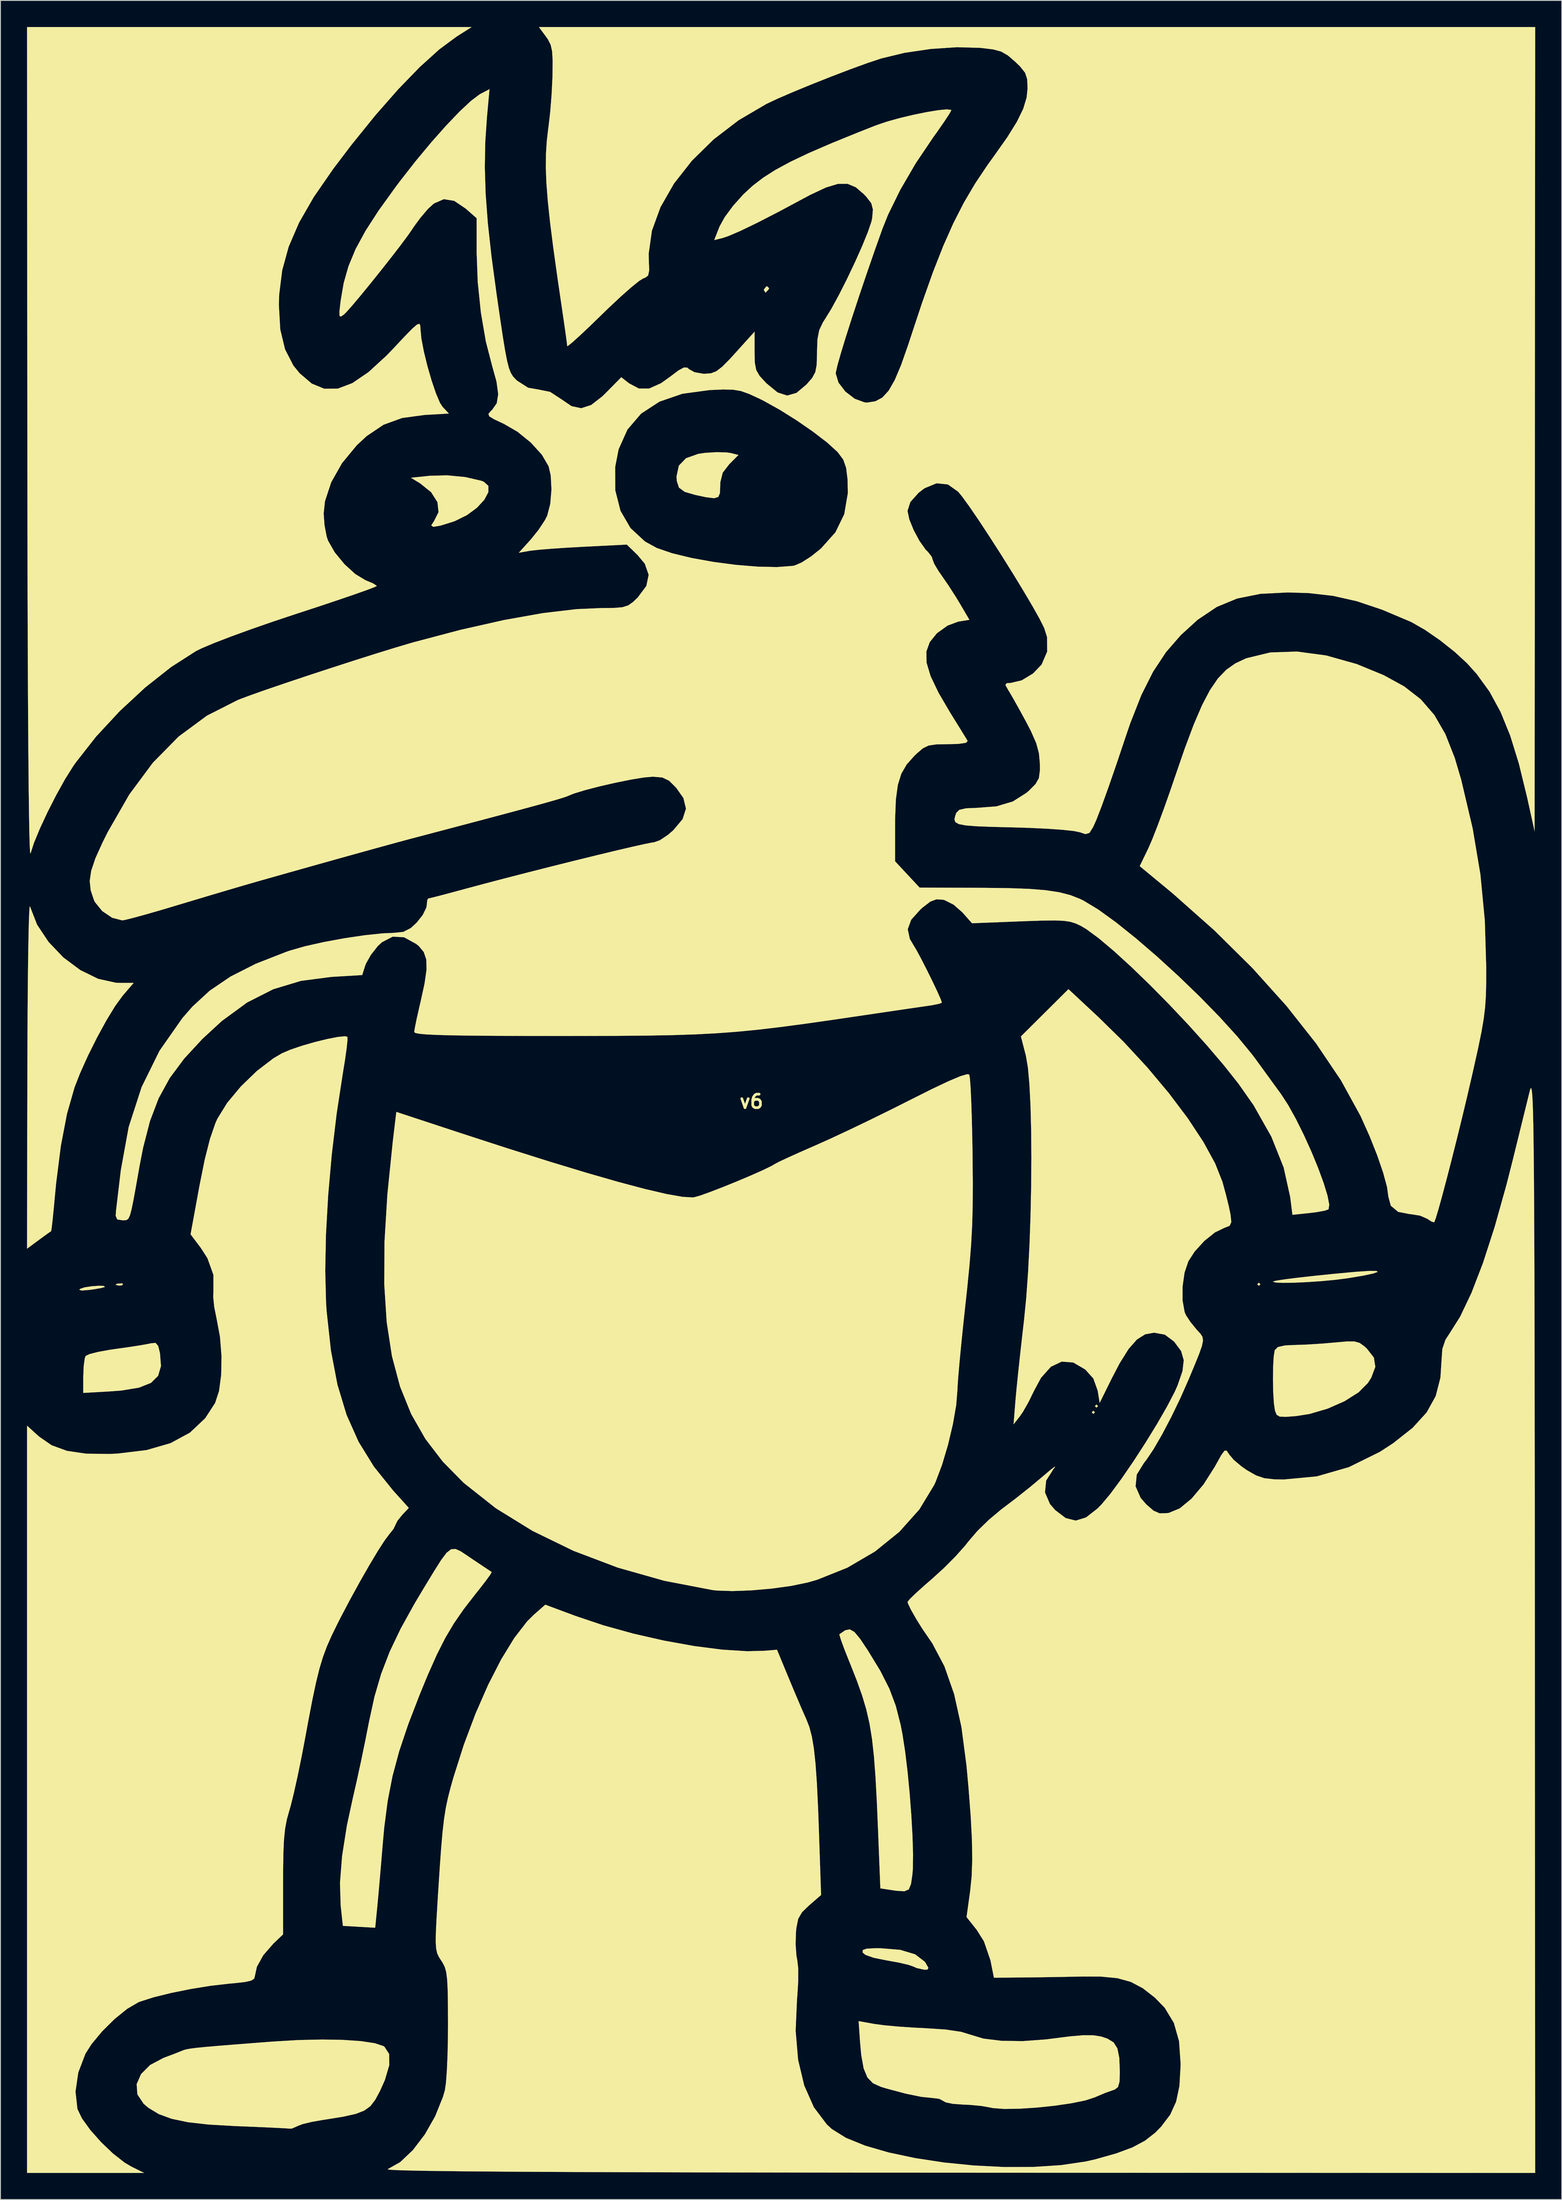
<source format=kicad_pcb>
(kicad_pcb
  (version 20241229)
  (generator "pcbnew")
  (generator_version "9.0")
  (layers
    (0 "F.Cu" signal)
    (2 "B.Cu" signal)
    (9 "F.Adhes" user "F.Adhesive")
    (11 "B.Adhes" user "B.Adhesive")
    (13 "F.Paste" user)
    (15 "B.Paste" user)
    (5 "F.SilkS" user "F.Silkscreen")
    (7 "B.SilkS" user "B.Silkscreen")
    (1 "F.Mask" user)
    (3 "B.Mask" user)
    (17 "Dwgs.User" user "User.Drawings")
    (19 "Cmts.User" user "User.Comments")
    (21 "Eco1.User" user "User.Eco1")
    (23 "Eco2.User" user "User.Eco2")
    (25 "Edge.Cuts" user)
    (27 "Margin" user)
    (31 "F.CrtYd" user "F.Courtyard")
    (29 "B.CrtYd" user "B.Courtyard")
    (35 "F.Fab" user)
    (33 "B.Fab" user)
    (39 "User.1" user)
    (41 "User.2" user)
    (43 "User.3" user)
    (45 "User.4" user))
  (footprint "v6"
    (layer "F.Cu")
    (at 81.849 121.361)
    (property "Reference" "v6" (at 0 0 0) (layer "F.SilkS") (effects (font (size 1.524 1.524) (thickness 0.3))))
    (attr through_hole)
    (fp_poly (pts (xy 38.806 35.101) (xy 38.629 35.278) (xy 38.453 35.101) (xy 38.629 34.925) (xy 38.806 35.101)) (stroke (width 0.01) (type solid)) (fill yes) (layer "F.SilkS"))
    (fp_poly (pts (xy 39.158 34.396) (xy 38.982 34.572) (xy 38.806 34.396) (xy 38.982 34.219) (xy 39.158 34.396)) (stroke (width 0.01) (type solid)) (fill yes) (layer "F.SilkS"))
    (fp_poly (pts (xy 57.503 20.637) (xy 57.326 20.814) (xy 57.15 20.637) (xy 57.326 20.461) (xy 57.503 20.637)) (stroke (width 0.01) (type solid)) (fill yes) (layer "F.SilkS"))
    (fp_poly (pts (xy -71.004 20.601) (xy -71.109 20.761) (xy -71.467 20.786) (xy -71.843 20.7) (xy -71.68 20.573) (xy -71.129 20.531) (xy -71.004 20.601)) (stroke (width 0.01) (type solid)) (fill yes) (layer "F.SilkS"))
    (fp_poly (pts (xy 1.995 -91.859) (xy 1.94 -91.722) (xy 1.623 -91.386) (xy 1.567 -91.369) (xy 1.415 -91.642) (xy 1.411 -91.722) (xy 1.682 -92.061) (xy 1.785 -92.075) (xy 1.995 -91.859)) (stroke (width 0.01) (type solid)) (fill yes) (layer "F.SilkS"))
    (fp_poly (pts (xy -73.188 20.821) (xy -73.045 20.933) (xy -73.054 20.942) (xy -73.463 21.06) (xy -74.322 21.209) (xy -74.771 21.27) (xy -75.681 21.343) (xy -75.942 21.251) (xy -75.829 21.148) (xy -75.335 20.986) (xy -74.571 20.866) (xy -73.776 20.805) (xy -73.188 20.821)) (stroke (width 0.01) (type solid)) (fill yes) (layer "F.SilkS"))
    (fp_poly (pts (xy 14.563 95.623) (xy 16.818 95.809) (xy 18.495 96.315) (xy 19.568 97.133) (xy 19.673 97.278) (xy 19.999 97.85) (xy 19.872 98.042) (xy 19.534 98.051) (xy 18.67 97.864) (xy 18.344 97.713) (xy 17.746 97.503) (xy 16.675 97.251) (xy 15.356 97.012) (xy 15.285 97.001) (xy 13.82 96.706) (xy 12.874 96.373) (xy 12.562 96.105) (xy 12.589 95.825) (xy 13.025 95.674) (xy 13.992 95.622) (xy 14.563 95.623)) (stroke (width 0.01) (type solid)) (fill yes) (layer "F.SilkS"))
    (fp_poly (pts (xy -2.833 -73.316) (xy -2.351 -73.248) (xy -1.465 -73.025) (xy -2.497 -71.994) (xy -3.244 -71.028) (xy -3.515 -69.947) (xy -3.528 -69.524) (xy -3.558 -68.728) (xy -3.742 -68.283) (xy -4.216 -68.142) (xy -5.121 -68.253) (xy -6.35 -68.514) (xy -7.543 -68.863) (xy -8.187 -69.338) (xy -8.436 -70.094) (xy -8.461 -70.605) (xy -8.202 -71.819) (xy -7.387 -72.661) (xy -5.984 -73.156) (xy -5.235 -73.264) (xy -3.955 -73.341) (xy -2.833 -73.316)) (stroke (width 0.01) (type solid)) (fill yes) (layer "F.SilkS"))
    (fp_poly (pts (xy -67.023 27.612) (xy -66.825 28.417) (xy -66.713 29.87) (xy -67.034 30.975) (xy -67.843 31.774) (xy -69.199 32.312) (xy -71.158 32.635) (xy -72.379 32.729) (xy -75.494 32.906) (xy -75.489 31.005) (xy -75.441 29.869) (xy -75.322 29.011) (xy -75.224 28.729) (xy -74.779 28.519) (xy -73.806 28.274) (xy -72.478 28.033) (xy -71.79 27.933) (xy -70.278 27.721) (xy -68.961 27.516) (xy -68.05 27.351) (xy -67.844 27.303) (xy -67.32 27.26) (xy -67.023 27.612)) (stroke (width 0.01) (type solid)) (fill yes) (layer "F.SilkS"))
    (fp_poly (pts (xy -32.33 -70.53) (xy -30.551 -70.12) (xy -30.251 -70.013) (xy -29.721 -69.538) (xy -29.726 -68.819) (xy -30.185 -67.959) (xy -31.018 -67.061) (xy -32.146 -66.23) (xy -33.489 -65.568) (xy -33.737 -65.479) (xy -35.143 -65.043) (xy -35.943 -64.908) (xy -36.174 -65.076) (xy -35.87 -65.547) (xy -35.862 -65.556) (xy -35.351 -66.573) (xy -35.474 -67.697) (xy -36.189 -68.821) (xy -37.445 -69.829) (xy -38.471 -70.453) (xy -36.358 -70.674) (xy -34.381 -70.727) (xy -32.33 -70.53)) (stroke (width 0.01) (type solid)) (fill yes) (layer "F.SilkS"))
    (fp_poly (pts (xy 70.633 19.137) (xy 70.748 19.242) (xy 70.24 19.421) (xy 69.134 19.66) (xy 67.452 19.942) (xy 67.318 19.962) (xy 65.928 20.138) (xy 64.367 20.283) (xy 62.775 20.392) (xy 61.294 20.458) (xy 60.065 20.476) (xy 59.23 20.44) (xy 58.928 20.343) (xy 58.943 20.317) (xy 59.348 20.217) (xy 60.334 20.07) (xy 61.781 19.888) (xy 63.568 19.688) (xy 65.574 19.482) (xy 67.678 19.284) (xy 68.439 19.217) (xy 69.871 19.124) (xy 70.633 19.137)) (stroke (width 0.01) (type solid)) (fill yes) (layer "F.SilkS"))
    (fp_poly (pts (xy 68.133 27.097) (xy 68.717 27.262) (xy 69.234 27.631) (xy 69.536 27.906) (xy 70.324 28.913) (xy 70.489 29.962) (xy 70.034 31.179) (xy 69.652 31.782) (xy 68.59 32.845) (xy 67.012 33.841) (xy 65.105 34.682) (xy 63.058 35.282) (xy 61.571 35.517) (xy 60.366 35.612) (xy 59.682 35.581) (xy 59.342 35.376) (xy 59.167 34.951) (xy 59.148 34.883) (xy 59.028 34.062) (xy 58.953 32.818) (xy 58.925 31.374) (xy 58.943 29.955) (xy 59.009 28.784) (xy 59.124 28.086) (xy 59.128 28.075) (xy 59.48 27.725) (xy 60.286 27.544) (xy 61.333 27.495) (xy 62.756 27.445) (xy 64.477 27.337) (xy 65.92 27.213) (xy 67.271 27.094) (xy 68.133 27.097)) (stroke (width 0.01) (type solid)) (fill yes) (layer "F.SilkS"))
    (fp_poly (pts (xy -80.715 -19.987) (xy -79.413 -18.026) (xy -77.74 -16.275) (xy -75.827 -14.849) (xy -73.804 -13.859) (xy -71.804 -13.418) (xy -71.432 -13.406) (xy -69.795 -13.406) (xy -71.057 -11.931) (xy -71.891 -10.785) (xy -72.882 -9.159) (xy -73.936 -7.231) (xy -74.959 -5.182) (xy -75.857 -3.189) (xy -76.482 -1.587) (xy -77.33 1.383) (xy -78.026 5.019) (xy -78.566 9.298) (xy -78.669 10.389) (xy -78.821 12.021) (xy -78.956 13.364) (xy -79.061 14.282) (xy -79.121 14.636) (xy -79.122 14.637) (xy -79.425 14.845) (xy -80.105 15.337) (xy -80.522 15.643) (xy -81.844 16.616) (xy -81.808 -3.245) (xy -81.797 -6.876) (xy -81.778 -10.257) (xy -81.753 -13.328) (xy -81.721 -16.032) (xy -81.684 -18.309) (xy -81.643 -20.101) (xy -81.598 -21.35) (xy -81.552 -21.997) (xy -81.515 -22.049) (xy -80.715 -19.987)) (stroke (width 0.01) (type solid)) (fill yes) (layer "F.SilkS"))
    (fp_poly (pts (xy 11.632 59.903) (xy 12.27 60.668) (xy 13.143 61.972) (xy 13.181 62.032) (xy 14.569 64.311) (xy 15.579 66.304) (xy 16.307 68.244) (xy 16.85 70.368) (xy 17.059 71.438) (xy 17.358 73.363) (xy 17.633 75.631) (xy 17.871 78.086) (xy 18.062 80.568) (xy 18.195 82.92) (xy 18.258 84.984) (xy 18.24 86.601) (xy 18.187 87.287) (xy 18.027 88.378) (xy 17.781 88.978) (xy 17.278 89.194) (xy 16.35 89.134) (xy 15.485 89.005) (xy 14.566 88.863) (xy 14.319 82.62) (xy 14.174 79.184) (xy 14.022 76.342) (xy 13.846 73.98) (xy 13.625 71.986) (xy 13.341 70.247) (xy 12.976 68.65) (xy 12.508 67.084) (xy 11.921 65.435) (xy 11.195 63.591) (xy 11.035 63.2) (xy 10.516 61.893) (xy 10.136 60.862) (xy 9.948 60.259) (xy 9.943 60.165) (xy 10.586 59.719) (xy 11.109 59.61) (xy 11.632 59.903)) (stroke (width 0.01) (type solid)) (fill yes) (layer "F.SilkS"))
    (fp_poly (pts (xy -32.848 50.795) (xy -32.083 51.302) (xy -31.632 51.609) (xy -30.568 52.322) (xy -29.759 52.862) (xy -29.358 53.126) (xy -29.343 53.136) (xy -29.496 53.42) (xy -30.004 54.121) (xy -30.771 55.112) (xy -31.166 55.605) (xy -32.491 57.311) (xy -33.601 58.913) (xy -34.587 60.573) (xy -35.538 62.452) (xy -36.545 64.711) (xy -37.448 66.895) (xy -38.777 70.337) (xy -39.796 73.371) (xy -40.555 76.196) (xy -41.103 79.013) (xy -41.491 82.021) (xy -41.639 83.639) (xy -41.81 85.696) (xy -41.983 87.72) (xy -42.14 89.502) (xy -42.264 90.832) (xy -42.282 91.017) (xy -42.51 93.31) (xy -44.336 93.204) (xy -46.161 93.098) (xy -46.41 90.778) (xy -46.487 88.25) (xy -46.246 85.201) (xy -45.699 81.735) (xy -45.035 78.669) (xy -44.615 76.842) (xy -44.129 74.603) (xy -43.638 72.237) (xy -43.203 70.027) (xy -43.203 70.026) (xy -42.588 67.209) (xy -41.834 64.635) (xy -40.872 62.134) (xy -39.631 59.534) (xy -38.042 56.667) (xy -36.959 54.857) (xy -35.857 53.045) (xy -35.048 51.764) (xy -34.438 50.956) (xy -33.931 50.564) (xy -33.433 50.529) (xy -32.848 50.795)) (stroke (width 0.01) (type solid)) (fill yes) (layer "F.SilkS"))
    (fp_poly (pts (xy -46.127 105.978) (xy -44.098 106.119) (xy -42.546 106.354) (xy -41.575 106.677) (xy -41.468 106.746) (xy -40.934 107.561) (xy -40.919 108.831) (xy -41.421 110.531) (xy -41.969 111.751) (xy -42.498 112.734) (xy -43.041 113.447) (xy -43.733 113.957) (xy -44.707 114.334) (xy -46.098 114.645) (xy -48.038 114.959) (xy -48.331 115.002) (xy -49.649 115.233) (xy -50.698 115.483) (xy -51.278 115.702) (xy -51.312 115.729) (xy -51.933 115.994) (xy -52.193 115.996) (xy -52.72 115.96) (xy -53.818 115.903) (xy -55.353 115.833) (xy -57.193 115.755) (xy -58.385 115.707) (xy -61.324 115.539) (xy -63.665 115.274) (xy -65.509 114.888) (xy -66.962 114.356) (xy -68.125 113.652) (xy -68.669 113.191) (xy -69.378 112.132) (xy -69.458 110.977) (xy -68.96 109.833) (xy -67.93 108.807) (xy -66.417 108.006) (xy -66.322 107.971) (xy -65.289 107.585) (xy -64.435 107.246) (xy -64.382 107.224) (xy -64.131 107.125) (xy -63.822 107.04) (xy -63.371 106.96) (xy -62.695 106.874) (xy -61.708 106.776) (xy -60.327 106.656) (xy -58.467 106.506) (xy -56.044 106.317) (xy -54.063 106.164) (xy -51.212 105.996) (xy -48.533 105.935) (xy -46.127 105.978)) (stroke (width 0.01) (type solid)) (fill yes) (layer "F.SilkS"))
    (fp_poly (pts (xy 13.906 104.18) (xy 15.028 104.33) (xy 16.611 104.475) (xy 18.409 104.596) (xy 19.579 104.652) (xy 21.948 104.809) (xy 23.699 105.068) (xy 24.682 105.37) (xy 26.211 105.833) (xy 28.26 106.083) (xy 30.674 106.115) (xy 33.297 105.92) (xy 33.968 105.835) (xy 36.017 105.575) (xy 37.525 105.449) (xy 38.643 105.457) (xy 39.524 105.599) (xy 40.233 105.84) (xy 40.922 106.263) (xy 41.346 106.935) (xy 41.561 108.008) (xy 41.623 109.602) (xy 41.586 110.703) (xy 41.418 111.298) (xy 41.042 111.588) (xy 40.834 111.658) (xy 39.976 111.963) (xy 38.929 112.405) (xy 38.806 112.462) (xy 37.72 112.814) (xy 36.134 113.137) (xy 34.237 113.414) (xy 32.215 113.624) (xy 30.257 113.751) (xy 28.55 113.775) (xy 27.283 113.679) (xy 26.988 113.617) (xy 26.025 113.443) (xy 24.721 113.318) (xy 23.922 113.283) (xy 22.791 113.203) (xy 21.97 113.04) (xy 21.696 112.889) (xy 21.219 112.634) (xy 20.445 112.536) (xy 19.181 112.408) (xy 17.412 112.044) (xy 15.287 111.478) (xy 14.64 111.284) (xy 13.737 110.877) (xy 13.101 110.219) (xy 12.675 109.19) (xy 12.404 107.667) (xy 12.27 106.169) (xy 12.113 103.858) (xy 13.906 104.18)) (stroke (width 0.01) (type solid)) (fill yes) (layer "F.SilkS"))
    (fp_poly (pts (xy 64.933 -50.382) (xy 68.388 -49.411) (xy 71.438 -48.156) (xy 73.746 -46.891) (xy 75.624 -45.431) (xy 77.15 -43.67) (xy 78.403 -41.5) (xy 79.462 -38.816) (xy 80.194 -36.336) (xy 81.484 -30.862) (xy 82.361 -25.655) (xy 82.86 -20.44) (xy 83.019 -15.169) (xy 83.015 -13.404) (xy 82.98 -11.945) (xy 82.892 -10.636) (xy 82.731 -9.323) (xy 82.478 -7.85) (xy 82.11 -6.059) (xy 81.607 -3.797) (xy 81.38 -2.795) (xy 80.855 -0.533) (xy 80.283 1.856) (xy 79.689 4.27) (xy 79.1 6.609) (xy 78.542 8.772) (xy 78.041 10.658) (xy 77.623 12.165) (xy 77.314 13.193) (xy 77.14 13.641) (xy 77.136 13.646) (xy 76.813 13.543) (xy 76.351 13.237) (xy 75.54 12.884) (xy 74.475 12.714) (xy 74.373 12.711) (xy 73.069 12.458) (xy 72.24 11.768) (xy 71.967 10.772) (xy 71.81 9.64) (xy 71.372 8.028) (xy 70.704 6.08) (xy 69.855 3.94) (xy 68.874 1.753) (xy 68.795 1.587) (xy 66.605 -2.399) (xy 63.805 -6.55) (xy 60.451 -10.799) (xy 56.601 -15.079) (xy 52.31 -19.325) (xy 47.635 -23.47) (xy 46.893 -24.088) (xy 43.868 -26.588) (xy 44.847 -28.61) (xy 45.29 -29.629) (xy 45.889 -31.158) (xy 46.585 -33.036) (xy 47.317 -35.102) (xy 47.818 -36.571) (xy 48.964 -39.894) (xy 49.982 -42.604) (xy 50.916 -44.774) (xy 51.808 -46.475) (xy 52.701 -47.779) (xy 53.64 -48.758) (xy 54.666 -49.484) (xy 55.824 -50.029) (xy 55.935 -50.072) (xy 58.621 -50.723) (xy 61.649 -50.823) (xy 64.933 -50.382)) (stroke (width 0.01) (type solid)) (fill yes) (layer "F.SilkS"))
    (fp_poly (pts (xy 24.608 -3.05) (xy 24.686 -2.597) (xy 24.763 -1.541) (xy 24.836 0.018) (xy 24.902 1.978) (xy 24.954 4.238) (xy 24.983 5.997) (xy 25.01 9.073) (xy 25 11.65) (xy 24.94 13.934) (xy 24.823 16.131) (xy 24.638 18.448) (xy 24.376 21.091) (xy 24.189 22.811) (xy 23.927 25.232) (xy 23.695 27.505) (xy 23.504 29.506) (xy 23.364 31.114) (xy 23.288 32.203) (xy 23.278 32.512) (xy 23.136 34.279) (xy 22.759 36.448) (xy 22.207 38.776) (xy 21.538 41.023) (xy 20.811 42.949) (xy 20.645 43.314) (xy 18.969 46.071) (xy 16.708 48.598) (xy 13.964 50.815) (xy 10.843 52.643) (xy 7.448 54.002) (xy 6.35 54.317) (xy 4.485 54.704) (xy 2.29 55.006) (xy 0.000048 55.207) (xy -2.151 55.286) (xy -3.93 55.227) (xy -4.41 55.171) (xy -9.84 54.127) (xy -15.102 52.638) (xy -20.096 50.747) (xy -24.724 48.496) (xy -28.886 45.929) (xy -32.482 43.088) (xy -32.559 43.018) (xy -34.886 40.651) (xy -36.845 38.091) (xy -38.446 35.287) (xy -39.7 32.187) (xy -40.618 28.742) (xy -41.209 24.9) (xy -41.485 20.611) (xy -41.456 15.823) (xy -41.132 10.487) (xy -40.525 4.554) (xy -40.121 1.17) (xy -32.849 3.563) (xy -27.563 5.28) (xy -22.819 6.775) (xy -18.634 8.043) (xy -15.022 9.081) (xy -12 9.882) (xy -9.585 10.444) (xy -7.793 10.761) (xy -6.639 10.829) (xy -6.488 10.813) (xy -5.798 10.619) (xy -4.641 10.205) (xy -3.185 9.642) (xy -1.598 8.998) (xy -0.048 8.343) (xy 1.297 7.745) (xy 2.27 7.273) (xy 2.646 7.051) (xy 3.088 6.816) (xy 4.045 6.366) (xy 5.383 5.762) (xy 6.968 5.066) (xy 7.232 4.951) (xy 8.945 4.183) (xy 11.09 3.181) (xy 13.473 2.036) (xy 15.9 0.843) (xy 17.906 -0.167) (xy 20.394 -1.414) (xy 22.292 -2.312) (xy 23.617 -2.868) (xy 24.387 -3.092) (xy 24.608 -3.05)) (stroke (width 0.01) (type solid)) (fill yes) (layer "F.SilkS"))
    (fp_poly (pts (xy -33.335 -120.263) (xy -35.269 -118.832) (xy -37.478 -116.834) (xy -39.908 -114.328) (xy -42.504 -111.371) (xy -45.213 -108.021) (xy -47.253 -105.33) (xy -49.447 -102.158) (xy -51.108 -99.271) (xy -52.282 -96.551) (xy -53.016 -93.883) (xy -53.356 -91.149) (xy -53.393 -89.958) (xy -53.233 -87.199) (xy -52.694 -84.952) (xy -51.747 -83.118) (xy -51.047 -82.256) (xy -49.676 -81.087) (xy -48.255 -80.503) (xy -46.742 -80.517) (xy -45.095 -81.139) (xy -43.269 -82.382) (xy -41.223 -84.256) (xy -40.393 -85.121) (xy -39.152 -86.443) (xy -38.311 -87.301) (xy -37.792 -87.75) (xy -37.518 -87.845) (xy -37.412 -87.643) (xy -37.394 -87.251) (xy -37.29 -86.159) (xy -37.01 -84.701) (xy -36.608 -83.062) (xy -36.135 -81.428) (xy -35.646 -79.984) (xy -35.19 -78.915) (xy -34.912 -78.479) (xy -34.184 -77.704) (xy -36.948 -77.544) (xy -39.465 -77.203) (xy -41.57 -76.439) (xy -43.475 -75.157) (xy -44.588 -74.122) (xy -46.251 -72.11) (xy -47.475 -69.95) (xy -48.184 -67.802) (xy -48.331 -66.423) (xy -48.234 -65.078) (xy -47.991 -63.817) (xy -47.836 -63.351) (xy -47.077 -62.023) (xy -45.984 -60.695) (xy -44.76 -59.577) (xy -43.606 -58.881) (xy -43.538 -58.855) (xy -42.75 -58.522) (xy -42.35 -58.259) (xy -42.337 -58.226) (xy -42.659 -58.07) (xy -43.567 -57.729) (xy -44.974 -57.234) (xy -46.792 -56.612) (xy -48.937 -55.896) (xy -51.321 -55.114) (xy -51.421 -55.082) (xy -54.046 -54.209) (xy -56.538 -53.343) (xy -58.784 -52.526) (xy -60.668 -51.801) (xy -62.078 -51.209) (xy -62.757 -50.878) (xy -65.574 -49.07) (xy -68.5 -46.758) (xy -71.375 -44.091) (xy -74.041 -41.219) (xy -76.339 -38.289) (xy -76.639 -37.859) (xy -77.552 -36.403) (xy -78.541 -34.625) (xy -79.516 -32.712) (xy -80.386 -30.846) (xy -81.063 -29.212) (xy -81.452 -28.007) (xy -81.498 -28.151) (xy -81.543 -28.982) (xy -81.584 -30.479) (xy -81.622 -32.623) (xy -81.658 -35.394) (xy -81.69 -38.773) (xy -81.719 -42.741) (xy -81.744 -47.277) (xy -81.765 -52.362) (xy -81.783 -57.977) (xy -81.797 -64.102) (xy -81.806 -70.717) (xy -81.809 -73.995) (xy -81.844 -121.356) (xy -31.612 -121.356) (xy -33.335 -120.263)) (stroke (width 0.01) (type solid)) (fill yes) (layer "F.SilkS"))
    (fp_poly (pts (xy -45.65 -7.315) (xy -45.641 -6.922) (xy -45.74 -5.979) (xy -45.93 -4.63) (xy -46.174 -3.133) (xy -46.863 1.362) (xy -47.416 5.987) (xy -47.823 10.59) (xy -48.072 15.017) (xy -48.154 19.116) (xy -48.059 22.734) (xy -47.995 23.689) (xy -47.511 28.116) (xy -46.774 31.978) (xy -45.744 35.383) (xy -44.38 38.437) (xy -42.642 41.249) (xy -40.49 43.925) (xy -40.4 44.025) (xy -38.712 45.892) (xy -39.464 46.693) (xy -39.995 47.348) (xy -40.217 47.8) (xy -40.217 47.801) (xy -40.435 48.262) (xy -40.893 48.837) (xy -41.435 49.557) (xy -42.225 50.783) (xy -43.19 52.394) (xy -44.259 54.265) (xy -45.362 56.274) (xy -46.427 58.298) (xy -46.786 59.006) (xy -47.431 60.324) (xy -47.96 61.521) (xy -48.407 62.719) (xy -48.807 64.042) (xy -49.194 65.611) (xy -49.605 67.551) (xy -50.072 69.983) (xy -50.426 71.905) (xy -50.839 74.073) (xy -51.271 76.174) (xy -51.684 78.034) (xy -52.04 79.482) (xy -52.222 80.114) (xy -52.494 81.086) (xy -52.687 82.115) (xy -52.813 83.347) (xy -52.885 84.927) (xy -52.914 87) (xy -52.917 88.174) (xy -52.917 94.06) (xy -54.006 95.096) (xy -55.147 96.406) (xy -55.876 97.72) (xy -56.092 98.71) (xy -56.174 99.05) (xy -56.512 99.28) (xy -57.242 99.443) (xy -58.5 99.581) (xy -58.998 99.624) (xy -61.08 99.862) (xy -63.338 100.227) (xy -65.562 100.675) (xy -67.54 101.164) (xy -69.062 101.649) (xy -69.27 101.732) (xy -70.529 102.469) (xy -71.958 103.626) (xy -73.366 105.02) (xy -74.563 106.464) (xy -75.246 107.541) (xy -76.055 109.661) (xy -76.369 111.818) (xy -76.152 113.781) (xy -76.151 113.785) (xy -75.639 114.849) (xy -74.699 116.149) (xy -73.483 117.521) (xy -72.143 118.802) (xy -70.833 119.829) (xy -70.075 120.279) (xy -68.615 121.002) (xy -81.844 121.003) (xy -81.844 36.607) (xy -80.468 37.85) (xy -79.068 38.818) (xy -77.332 39.451) (xy -75.162 39.771) (xy -72.462 39.799) (xy -71.614 39.758) (xy -68.344 39.364) (xy -65.635 38.583) (xy -63.44 37.393) (xy -61.716 35.769) (xy -60.593 34.043) (xy -60.149 32.689) (xy -59.908 30.86) (xy -59.871 28.755) (xy -60.042 26.575) (xy -60.426 24.523) (xy -60.427 24.518) (xy -60.691 23.216) (xy -60.81 22.046) (xy -60.783 21.436) (xy -60.782 19.588) (xy -61.461 17.693) (xy -62.208 16.532) (xy -63.367 14.993) (xy -62.365 9.525) (xy -61.766 6.547) (xy -61.173 4.213) (xy -60.572 2.463) (xy -60.338 1.94) (xy -59.236 0.156) (xy -57.684 -1.708) (xy -55.88 -3.452) (xy -54.021 -4.875) (xy -53.049 -5.448) (xy -52.066 -5.868) (xy -50.769 -6.306) (xy -49.333 -6.719) (xy -47.928 -7.064) (xy -46.729 -7.297) (xy -45.907 -7.374) (xy -45.65 -7.315)) (stroke (width 0.01) (type solid)) (fill yes) (layer "F.SilkS"))
    (fp_poly (pts (xy 39.219 -9.525) (xy 42.066 -6.732) (xy 44.739 -3.841) (xy 47.172 -0.938) (xy 49.301 1.89) (xy 51.061 4.557) (xy 52.387 6.977) (xy 53.215 9.063) (xy 53.229 9.113) (xy 53.616 10.533) (xy 53.946 11.881) (xy 54.126 12.748) (xy 54.218 13.612) (xy 54.026 14.035) (xy 53.461 14.252) (xy 52.37 14.778) (xy 51.171 15.739) (xy 50.074 16.943) (xy 49.368 18.032) (xy 48.935 19.317) (xy 48.711 20.891) (xy 48.709 22.471) (xy 48.944 23.772) (xy 49.079 24.1) (xy 49.598 24.895) (xy 50.314 25.771) (xy 50.357 25.817) (xy 50.729 26.22) (xy 50.957 26.572) (xy 51.02 26.995) (xy 50.896 27.612) (xy 50.567 28.545) (xy 50.009 29.916) (xy 49.417 31.335) (xy 48.467 33.489) (xy 47.432 35.63) (xy 46.39 37.611) (xy 45.42 39.282) (xy 44.602 40.497) (xy 44.369 40.784) (xy 43.533 42.13) (xy 43.402 43.459) (xy 43.976 44.767) (xy 44.606 45.489) (xy 45.435 46.21) (xy 46.116 46.505) (xy 46.951 46.486) (xy 47.164 46.454) (xy 48.392 45.948) (xy 49.726 44.849) (xy 51.08 43.243) (xy 52.371 41.216) (xy 52.512 40.958) (xy 53.084 39.931) (xy 53.438 39.447) (xy 53.683 39.422) (xy 53.926 39.772) (xy 53.959 39.835) (xy 54.492 40.468) (xy 55.395 41.227) (xy 56.009 41.651) (xy 57.016 42.224) (xy 57.942 42.538) (xy 59.077 42.667) (xy 60.144 42.686) (xy 63.867 42.336) (xy 67.496 41.293) (xy 71.006 39.562) (xy 72.496 38.593) (xy 74.707 36.849) (xy 76.29 35.11) (xy 77.314 33.26) (xy 77.846 31.185) (xy 77.964 29.339) (xy 78.062 27.932) (xy 78.412 26.902) (xy 78.795 26.315) (xy 80.061 24.315) (xy 81.348 21.618) (xy 82.652 18.233) (xy 83.969 14.167) (xy 85.298 9.429) (xy 86.036 6.526) (xy 86.551 4.436) (xy 87.05 2.409) (xy 87.491 0.621) (xy 87.83 -0.749) (xy 87.951 -1.235) (xy 88.017 -1.451) (xy 88.077 -1.524) (xy 88.132 -1.428) (xy 88.182 -1.131) (xy 88.228 -0.606) (xy 88.268 0.176) (xy 88.305 1.244) (xy 88.337 2.627) (xy 88.365 4.354) (xy 88.39 6.452) (xy 88.412 8.952) (xy 88.431 11.882) (xy 88.448 15.27) (xy 88.461 19.146) (xy 88.473 23.538) (xy 88.483 28.476) (xy 88.491 33.987) (xy 88.498 40.1) (xy 88.504 46.846) (xy 88.509 54.251) (xy 88.512 58.826) (xy 88.547 121.003) (xy 23.195 120.975) (xy 14.398 120.97) (xy 6.295 120.962) (xy -1.125 120.951) (xy -7.874 120.937) (xy -13.964 120.921) (xy -19.405 120.902) (xy -24.21 120.879) (xy -28.389 120.853) (xy -31.954 120.824) (xy -34.918 120.792) (xy -37.29 120.757) (xy -39.083 120.718) (xy -40.308 120.676) (xy -40.976 120.63) (xy -41.099 120.58) (xy -41.099 120.58) (xy -39.68 119.778) (xy -38.245 118.42) (xy -36.894 116.646) (xy -35.729 114.596) (xy -34.85 112.409) (xy -34.633 111.654) (xy -34.513 110.83) (xy -34.411 109.453) (xy -34.333 107.675) (xy -34.289 105.647) (xy -34.281 104.185) (xy -34.29 101.958) (xy -34.318 100.319) (xy -34.378 99.15) (xy -34.483 98.333) (xy -34.645 97.749) (xy -34.877 97.283) (xy -35.051 97.016) (xy -35.315 96.607) (xy -35.503 96.199) (xy -35.619 95.681) (xy -35.667 94.943) (xy -35.653 93.874) (xy -35.581 92.365) (xy -35.457 90.306) (xy -35.395 89.316) (xy -35.212 86.495) (xy -35.05 84.256) (xy -34.895 82.478) (xy -34.729 81.038) (xy -34.536 79.814) (xy -34.3 78.684) (xy -34.005 77.525) (xy -33.667 76.331) (xy -32.494 72.644) (xy -31.175 69.134) (xy -29.756 65.894) (xy -28.283 63.019) (xy -26.803 60.6) (xy -25.362 58.733) (xy -24.584 57.958) (xy -23.291 56.825) (xy -19.847 58.106) (xy -16.708 59.16) (xy -13.332 60.095) (xy -9.871 60.882) (xy -6.477 61.494) (xy -3.302 61.903) (xy -0.497 62.08) (xy 1.434 62.032) (xy 2.889 61.913) (xy 4.277 65.264) (xy 4.927 66.818) (xy 5.537 68.252) (xy 6.019 69.358) (xy 6.204 69.768) (xy 6.546 70.643) (xy 6.826 71.715) (xy 7.054 73.071) (xy 7.24 74.802) (xy 7.394 76.995) (xy 7.527 79.739) (xy 7.618 82.191) (xy 7.868 89.615) (xy 6.526 90.775) (xy 5.714 91.562) (xy 5.281 92.311) (xy 5.077 93.336) (xy 5.027 93.857) (xy 4.993 95.199) (xy 5.083 96.455) (xy 5.175 96.952) (xy 5.285 97.896) (xy 5.288 99.318) (xy 5.185 101.001) (xy 5.15 101.361) (xy 4.994 104.944) (xy 5.272 108.223) (xy 5.964 111.127) (xy 7.053 113.585) (xy 8.517 115.526) (xy 9.094 116.053) (xy 10.679 117.039) (xy 12.85 117.922) (xy 15.495 118.689) (xy 18.5 119.327) (xy 21.752 119.822) (xy 25.138 120.162) (xy 28.545 120.335) (xy 31.86 120.326) (xy 34.97 120.123) (xy 37.761 119.713) (xy 38.842 119.468) (xy 41.214 118.799) (xy 43.033 118.125) (xy 44.45 117.371) (xy 45.615 116.464) (xy 46.284 115.783) (xy 47.312 114.428) (xy 47.985 112.954) (xy 48.358 111.181) (xy 48.488 108.926) (xy 48.49 108.656) (xy 48.314 106.123) (xy 47.733 104.067) (xy 46.695 102.351) (xy 45.59 101.212) (xy 44.221 100.144) (xy 42.862 99.426) (xy 41.331 99.004) (xy 39.443 98.823) (xy 37.469 98.817) (xy 35.449 98.858) (xy 33.26 98.894) (xy 31.261 98.921) (xy 30.544 98.928) (xy 27.398 98.954) (xy 27.004 96.983) (xy 26.27 94.846) (xy 25.457 93.558) (xy 24.304 92.103) (xy 24.711 89.178) (xy 24.88 87.528) (xy 24.948 85.634) (xy 24.915 83.399) (xy 24.776 80.727) (xy 24.529 77.521) (xy 24.296 74.965) (xy 23.726 70.631) (xy 22.9 66.917) (xy 21.804 63.779) (xy 20.426 61.176) (xy 19.962 60.501) (xy 19.292 59.521) (xy 18.616 58.434) (xy 18.046 57.434) (xy 17.696 56.715) (xy 17.639 56.51) (xy 17.891 56.192) (xy 18.571 55.53) (xy 19.566 54.633) (xy 20.373 53.935) (xy 21.744 52.69) (xy 23.084 51.343) (xy 24.177 50.115) (xy 24.518 49.677) (xy 25.51 48.518) (xy 26.833 47.23) (xy 28.225 46.064) (xy 28.426 45.914) (xy 29.925 44.775) (xy 31.532 43.496) (xy 32.917 42.339) (xy 33.012 42.257) (xy 33.841 41.555) (xy 34.285 41.228) (xy 34.286 41.313) (xy 34.131 41.491) (xy 33.298 42.807) (xy 33.166 44.145) (xy 33.732 45.462) (xy 34.324 46.145) (xy 35.512 47.047) (xy 36.641 47.327) (xy 37.801 46.972) (xy 39.086 45.972) (xy 39.566 45.485) (xy 40.569 44.286) (xy 41.799 42.62) (xy 43.155 40.642) (xy 44.537 38.51) (xy 45.845 36.38) (xy 46.978 34.41) (xy 47.837 32.756) (xy 48.14 32.075) (xy 48.703 30.447) (xy 48.845 29.21) (xy 48.548 28.179) (xy 47.798 27.169) (xy 47.71 27.076) (xy 46.709 26.325) (xy 45.5 26.106) (xy 45.479 26.106) (xy 44.486 26.286) (xy 43.552 26.874) (xy 42.613 27.942) (xy 41.601 29.562) (xy 40.719 31.252) (xy 39.345 34.033) (xy 39.118 32.639) (xy 38.627 31.273) (xy 37.715 30.263) (xy 36.362 29.47) (xy 35.058 29.37) (xy 33.834 29.952) (xy 32.718 31.202) (xy 31.914 32.695) (xy 31.314 33.926) (xy 30.685 35.03) (xy 30.343 35.53) (xy 29.618 36.451) (xy 29.825 33.836) (xy 29.936 32.614) (xy 30.113 30.866) (xy 30.338 28.767) (xy 30.591 26.494) (xy 30.799 24.694) (xy 31.05 22.164) (xy 31.256 19.282) (xy 31.418 16.152) (xy 31.535 12.881) (xy 31.605 9.572) (xy 31.629 6.333) (xy 31.605 3.268) (xy 31.532 0.482) (xy 31.411 -1.919) (xy 31.239 -3.831) (xy 31.017 -5.147) (xy 31.01 -5.177) (xy 30.446 -7.355) (xy 35.818 -12.696) (xy 39.219 -9.525)) (stroke (width 0.01) (type solid)) (fill yes) (layer "F.SilkS"))
    (fp_poly (pts (xy 88.517 -75.935) (xy 88.487 -30.515) (xy 87.63 -34.396) (xy 86.708 -38.167) (xy 85.726 -41.337) (xy 84.638 -44.009) (xy 83.396 -46.288) (xy 81.954 -48.277) (xy 80.853 -49.5) (xy 79.453 -50.791) (xy 77.785 -52.109) (xy 76.089 -53.281) (xy 74.602 -54.13) (xy 74.436 -54.208) (xy 71.247 -55.554) (xy 68.405 -56.507) (xy 65.707 -57.116) (xy 62.948 -57.429) (xy 60.607 -57.5) (xy 57.508 -57.342) (xy 54.884 -56.817) (xy 52.572 -55.862) (xy 50.411 -54.41) (xy 48.516 -52.684) (xy 46.844 -50.762) (xy 45.38 -48.548) (xy 44.059 -45.92) (xy 42.811 -42.754) (xy 42.365 -41.451) (xy 41.282 -38.224) (xy 40.348 -35.522) (xy 39.577 -33.384) (xy 38.984 -31.848) (xy 38.606 -31) (xy 38.185 -30.335) (xy 37.727 -30.205) (xy 37.126 -30.408) (xy 36.448 -30.552) (xy 35.184 -30.689) (xy 33.453 -30.811) (xy 31.373 -30.91) (xy 29.545 -30.965) (xy 27.17 -31.025) (xy 25.417 -31.093) (xy 24.201 -31.189) (xy 23.438 -31.335) (xy 23.044 -31.553) (xy 22.936 -31.864) (xy 23.03 -32.29) (xy 23.145 -32.603) (xy 23.486 -32.948) (xy 24.266 -33.122) (xy 25.35 -33.163) (xy 27.676 -33.338) (xy 29.533 -33.89) (xy 31.08 -34.871) (xy 31.342 -35.101) (xy 32.101 -35.862) (xy 32.477 -36.529) (xy 32.593 -37.407) (xy 32.588 -38.182) (xy 32.483 -39.341) (xy 32.176 -40.477) (xy 31.589 -41.817) (xy 31.036 -42.882) (xy 30.295 -44.241) (xy 29.622 -45.443) (xy 29.127 -46.292) (xy 29.011 -46.478) (xy 28.691 -47.052) (xy 28.848 -47.251) (xy 29.258 -47.272) (xy 30.528 -47.567) (xy 31.814 -48.343) (xy 32.781 -49.35) (xy 33.417 -50.822) (xy 33.401 -52.466) (xy 33.071 -53.494) (xy 32.558 -54.517) (xy 31.74 -55.974) (xy 30.693 -57.746) (xy 29.491 -59.715) (xy 28.211 -61.761) (xy 26.926 -63.764) (xy 25.714 -65.607) (xy 24.647 -67.169) (xy 23.803 -68.332) (xy 23.352 -68.88) (xy 22.195 -69.698) (xy 20.921 -69.829) (xy 19.564 -69.273) (xy 18.886 -68.755) (xy 17.955 -67.715) (xy 17.64 -66.736) (xy 17.639 -66.683) (xy 17.834 -65.754) (xy 18.329 -64.541) (xy 18.987 -63.315) (xy 19.674 -62.348) (xy 19.943 -62.08) (xy 20.383 -61.517) (xy 20.461 -61.233) (xy 20.656 -60.722) (xy 21.152 -59.895) (xy 21.481 -59.424) (xy 22.265 -58.287) (xy 23.134 -56.932) (xy 23.564 -56.221) (xy 24.628 -54.409) (xy 23.368 -54.205) (xy 22.172 -53.762) (xy 20.998 -52.923) (xy 20.932 -52.86) (xy 20.147 -51.89) (xy 19.761 -50.821) (xy 19.787 -49.568) (xy 20.241 -48.047) (xy 21.138 -46.174) (xy 22.492 -43.863) (xy 22.533 -43.798) (xy 23.305 -42.555) (xy 23.944 -41.523) (xy 24.35 -40.862) (xy 24.43 -40.73) (xy 24.236 -40.516) (xy 23.363 -40.392) (xy 22.202 -40.362) (xy 20.885 -40.339) (xy 20.024 -40.213) (xy 19.371 -39.897) (xy 18.677 -39.304) (xy 18.394 -39.03) (xy 17.538 -38.066) (xy 16.932 -37.021) (xy 16.539 -35.753) (xy 16.319 -34.119) (xy 16.233 -31.977) (xy 16.228 -31.078) (xy 16.228 -27.137) (xy 19.001 -24.165) (xy 25.993 -24.14) (xy 28.977 -24.107) (xy 31.367 -24.021) (xy 33.27 -23.868) (xy 34.795 -23.635) (xy 36.053 -23.309) (xy 37.152 -22.875) (xy 37.519 -22.695) (xy 39.164 -21.703) (xy 41.161 -20.262) (xy 43.409 -18.463) (xy 45.808 -16.399) (xy 48.257 -14.162) (xy 50.657 -11.846) (xy 52.907 -9.541) (xy 54.906 -7.34) (xy 56.555 -5.337) (xy 56.985 -4.763) (xy 57.97 -3.409) (xy 58.891 -2.143) (xy 59.607 -1.16) (xy 59.841 -0.839) (xy 60.661 0.424) (xy 61.539 2.008) (xy 62.425 3.796) (xy 63.272 5.668) (xy 64.029 7.508) (xy 64.65 9.197) (xy 65.084 10.617) (xy 65.284 11.649) (xy 65.202 12.174) (xy 64.756 12.328) (xy 63.839 12.493) (xy 63.054 12.59) (xy 61.123 12.789) (xy 60.871 10.775) (xy 60.133 7.446) (xy 58.746 3.974) (xy 56.735 0.418) (xy 55.027 -2.017) (xy 53.374 -4.101) (xy 51.465 -6.34) (xy 49.382 -8.653) (xy 47.207 -10.958) (xy 45.022 -13.173) (xy 42.91 -15.214) (xy 40.952 -17.001) (xy 39.23 -18.451) (xy 37.827 -19.481) (xy 37.22 -19.84) (xy 36.629 -20.116) (xy 36.027 -20.304) (xy 35.281 -20.413) (xy 34.258 -20.454) (xy 32.824 -20.436) (xy 30.846 -20.37) (xy 30.365 -20.351) (xy 24.92 -20.138) (xy 23.837 -21.362) (xy 22.846 -22.232) (xy 21.816 -22.754) (xy 21.648 -22.794) (xy 20.899 -22.84) (xy 20.213 -22.585) (xy 19.356 -21.927) (xy 19.091 -21.691) (xy 18.05 -20.533) (xy 17.659 -19.464) (xy 17.896 -18.366) (xy 18.295 -17.693) (xy 18.663 -17.079) (xy 19.202 -16.073) (xy 19.829 -14.846) (xy 20.459 -13.571) (xy 21.007 -12.417) (xy 21.388 -11.557) (xy 21.519 -11.17) (xy 21.207 -11.042) (xy 20.421 -10.883) (xy 20.02 -10.822) (xy 19.168 -10.699) (xy 17.772 -10.496) (xy 15.985 -10.233) (xy 13.96 -9.934) (xy 12.524 -9.721) (xy 8.983 -9.2) (xy 5.91 -8.763) (xy 3.192 -8.404) (xy 0.721 -8.114) (xy -1.614 -7.886) (xy -3.924 -7.714) (xy -6.319 -7.588) (xy -8.909 -7.502) (xy -11.804 -7.449) (xy -15.116 -7.421) (xy -18.953 -7.41) (xy -21.67 -7.408) (xy -25.659 -7.412) (xy -28.992 -7.424) (xy -31.719 -7.446) (xy -33.888 -7.479) (xy -35.548 -7.525) (xy -36.75 -7.584) (xy -37.543 -7.658) (xy -37.975 -7.748) (xy -38.098 -7.849) (xy -38.018 -8.378) (xy -37.809 -9.401) (xy -37.509 -10.731) (xy -37.392 -11.223) (xy -36.929 -13.332) (xy -36.707 -14.897) (xy -36.735 -16.041) (xy -37.021 -16.886) (xy -37.576 -17.556) (xy -37.869 -17.797) (xy -39.253 -18.557) (xy -40.533 -18.624) (xy -41.747 -17.995) (xy -42.221 -17.551) (xy -42.988 -16.578) (xy -43.553 -15.578) (xy -43.641 -15.346) (xy -43.977 -14.287) (xy -47.477 -14.077) (xy -50.899 -13.629) (xy -54.027 -12.685) (xy -56.969 -11.193) (xy -59.837 -9.098) (xy -62.033 -7.073) (xy -64.097 -4.839) (xy -65.719 -2.658) (xy -66.977 -0.363) (xy -67.955 2.208) (xy -68.733 5.221) (xy -69.13 7.263) (xy -69.519 9.465) (xy -69.81 11.068) (xy -70.033 12.166) (xy -70.218 12.855) (xy -70.396 13.229) (xy -70.596 13.382) (xy -70.849 13.41) (xy -71.091 13.406) (xy -71.652 13.316) (xy -71.828 12.909) (xy -71.783 12.259) (xy -71.68 11.399) (xy -71.522 10.068) (xy -71.335 8.494) (xy -71.249 7.761) (xy -70.36 2.875) (xy -68.899 -1.633) (xy -66.875 -5.739) (xy -64.297 -9.422) (xy -63.162 -10.719) (xy -61.205 -12.524) (xy -58.854 -14.118) (xy -56.007 -15.56) (xy -52.566 -16.907) (xy -52.172 -17.043) (xy -50.469 -17.533) (xy -48.326 -18.014) (xy -45.98 -18.446) (xy -43.668 -18.788) (xy -41.625 -19) (xy -40.452 -19.05) (xy -39.344 -19.158) (xy -38.495 -19.589) (xy -37.816 -20.213) (xy -37.128 -21.087) (xy -36.729 -21.908) (xy -36.689 -22.154) (xy -36.623 -22.765) (xy -36.518 -22.931) (xy -36.131 -23.018) (xy -35.203 -23.255) (xy -33.878 -23.606) (xy -32.373 -24.012) (xy -30.151 -24.608) (xy -27.695 -25.251) (xy -25.103 -25.918) (xy -22.47 -26.585) (xy -19.892 -27.228) (xy -17.467 -27.823) (xy -15.289 -28.348) (xy -13.455 -28.777) (xy -12.062 -29.088) (xy -11.205 -29.257) (xy -11.003 -29.281) (xy -10.343 -29.514) (xy -9.443 -30.113) (xy -8.834 -30.637) (xy -7.776 -31.897) (xy -7.396 -33.08) (xy -7.686 -34.28) (xy -8.503 -35.442) (xy -9.306 -36.239) (xy -10.069 -36.601) (xy -11.132 -36.689) (xy -11.173 -36.689) (xy -12.177 -36.598) (xy -13.64 -36.357) (xy -15.36 -36.009) (xy -17.135 -35.602) (xy -18.763 -35.181) (xy -20.042 -34.791) (xy -20.637 -34.553) (xy -20.915 -34.44) (xy -21.41 -34.276) (xy -22.176 -34.046) (xy -23.266 -33.737) (xy -24.732 -33.333) (xy -26.627 -32.821) (xy -29.005 -32.186) (xy -31.918 -31.414) (xy -35.42 -30.489) (xy -38.629 -29.644) (xy -39.935 -29.293) (xy -41.8 -28.782) (xy -44.103 -28.145) (xy -46.725 -27.415) (xy -49.547 -26.625) (xy -52.447 -25.809) (xy -55.307 -25) (xy -55.915 -24.827) (xy -57.388 -24.402) (xy -59.327 -23.832) (xy -61.525 -23.18) (xy -63.775 -22.505) (xy -64.809 -22.193) (xy -66.739 -21.618) (xy -68.459 -21.124) (xy -69.845 -20.745) (xy -70.772 -20.515) (xy -71.089 -20.461) (xy -72.228 -20.757) (xy -73.349 -21.513) (xy -74.174 -22.53) (xy -74.288 -22.766) (xy -74.65 -23.851) (xy -74.762 -24.906) (xy -74.594 -26.069) (xy -74.12 -27.477) (xy -73.31 -29.269) (xy -72.73 -30.43) (xy -70.293 -34.675) (xy -67.627 -38.268) (xy -64.71 -41.229) (xy -61.521 -43.582) (xy -58.038 -45.348) (xy -57.856 -45.422) (xy -56.595 -45.894) (xy -54.796 -46.528) (xy -52.593 -47.28) (xy -50.122 -48.106) (xy -47.518 -48.961) (xy -44.918 -49.801) (xy -42.456 -50.581) (xy -40.269 -51.257) (xy -38.491 -51.784) (xy -38.208 -51.865) (xy -32.846 -53.283) (xy -27.954 -54.385) (xy -23.571 -55.166) (xy -19.735 -55.617) (xy -16.986 -55.737) (xy -15.531 -55.751) (xy -14.58 -55.83) (xy -13.932 -56.032) (xy -13.386 -56.415) (xy -12.841 -56.938) (xy -11.874 -58.231) (xy -11.61 -59.49) (xy -12.049 -60.745) (xy -12.862 -61.722) (xy -14.081 -62.904) (xy -18.947 -62.661) (xy -20.844 -62.555) (xy -22.591 -62.437) (xy -24.015 -62.32) (xy -24.94 -62.217) (xy -25.047 -62.2) (xy -26.282 -61.983) (xy -24.925 -63.486) (xy -24.06 -64.559) (xy -23.34 -65.649) (xy -23.073 -66.173) (xy -22.727 -67.505) (xy -22.592 -69.134) (xy -22.676 -70.72) (xy -22.895 -71.662) (xy -15.396 -71.662) (xy -15.385 -69.04) (xy -14.796 -66.721) (xy -13.664 -64.769) (xy -12.022 -63.249) (xy -10.686 -62.519) (xy -8.961 -61.926) (xy -6.776 -61.396) (xy -4.313 -60.951) (xy -1.758 -60.615) (xy 0.707 -60.412) (xy 2.897 -60.365) (xy 4.628 -60.497) (xy 4.868 -60.54) (xy 5.671 -60.882) (xy 6.744 -61.571) (xy 7.854 -62.458) (xy 7.856 -62.46) (xy 9.488 -64.288) (xy 10.488 -66.338) (xy 10.891 -68.7) (xy 10.866 -70.228) (xy 10.701 -71.572) (xy 10.374 -72.502) (xy 9.777 -73.305) (xy 9.679 -73.41) (xy 8.538 -74.445) (xy 6.951 -75.662) (xy 5.105 -76.936) (xy 3.19 -78.137) (xy 1.391 -79.138) (xy 0.936 -79.365) (xy -0.256 -79.916) (xy -1.182 -80.247) (xy -2.089 -80.401) (xy -3.223 -80.421) (xy -4.713 -80.357) (xy -7.798 -79.941) (xy -10.385 -79.052) (xy -12.459 -77.702) (xy -14.005 -75.902) (xy -15.006 -73.667) (xy -15.396 -71.662) (xy -22.895 -71.662) (xy -22.915 -71.749) (xy -23.681 -73.06) (xy -24.92 -74.423) (xy -26.439 -75.655) (xy -27.973 -76.542) (xy -29.07 -77.055) (xy -29.618 -77.39) (xy -29.713 -77.663) (xy -29.45 -77.985) (xy -29.296 -78.126) (xy -28.774 -78.866) (xy -28.61 -79.892) (xy -28.803 -81.317) (xy -29.273 -83.005) (xy -30.006 -85.837) (xy -30.567 -89.113) (xy -30.925 -92.583) (xy -31.043 -95.831) (xy -31.044 -99.763) (xy -32.291 -100.858) (xy -33.583 -101.727) (xy -34.754 -101.917) (xy -35.877 -101.427) (xy -36.556 -100.806) (xy -37.404 -99.807) (xy -38.151 -98.79) (xy -38.273 -98.601) (xy -38.781 -97.861) (xy -39.609 -96.75) (xy -40.657 -95.389) (xy -41.829 -93.902) (xy -43.025 -92.411) (xy -44.148 -91.038) (xy -45.1 -89.907) (xy -45.784 -89.14) (xy -46.027 -88.902) (xy -46.378 -88.654) (xy -46.54 -88.739) (xy -46.543 -89.278) (xy -46.417 -90.392) (xy -46.413 -90.431) (xy -46.069 -92.44) (xy -45.525 -94.35) (xy -44.724 -96.275) (xy -43.608 -98.33) (xy -42.121 -100.63) (xy -40.206 -103.288) (xy -39.706 -103.953) (xy -37.961 -106.186) (xy -36.207 -108.295) (xy -34.524 -110.194) (xy -32.994 -111.794) (xy -31.697 -113.009) (xy -30.714 -113.751) (xy -30.583 -113.824) (xy -29.593 -114.339) (xy -29.878 -111.233) (xy -30.072 -108.402) (xy -30.125 -105.541) (xy -30.031 -102.517) (xy -29.782 -99.2) (xy -29.371 -95.461) (xy -28.795 -91.193) (xy -28.402 -88.485) (xy -28.088 -86.385) (xy -27.83 -84.806) (xy -27.608 -83.657) (xy -27.4 -82.85) (xy -27.185 -82.294) (xy -26.942 -81.902) (xy -26.649 -81.583) (xy -26.456 -81.403) (xy -25.23 -80.619) (xy -24.072 -80.419) (xy -22.755 -80.155) (xy -21.533 -79.361) (xy -20.331 -78.542) (xy -19.23 -78.306) (xy -18.108 -78.669) (xy -16.843 -79.65) (xy -16.423 -80.062) (xy -14.704 -81.807) (xy -13.831 -81.12) (xy -12.723 -80.534) (xy -11.551 -80.533) (xy -10.215 -81.13) (xy -9.234 -81.829) (xy -8.243 -82.575) (xy -7.629 -82.909) (xy -7.245 -82.891) (xy -7.043 -82.711) (xy -6.423 -82.37) (xy -5.452 -82.201) (xy -5.277 -82.197) (xy -4.585 -82.248) (xy -3.987 -82.47) (xy -3.33 -82.966) (xy -2.462 -83.84) (xy -1.792 -84.574) (xy 0.353 -86.95) (xy 0.353 -84.708) (xy 0.382 -83.448) (xy 0.538 -82.621) (xy 0.924 -81.954) (xy 1.644 -81.175) (xy 1.722 -81.097) (xy 2.952 -80.089) (xy 4.039 -79.736) (xy 5.092 -80.037) (xy 6.22 -80.988) (xy 6.86 -81.722) (xy 7.216 -82.377) (xy 7.372 -83.206) (xy 7.408 -84.459) (xy 7.408 -84.643) (xy 7.459 -86.088) (xy 7.656 -87.11) (xy 8.067 -87.988) (xy 8.318 -88.378) (xy 9.05 -89.57) (xy 9.904 -91.138) (xy 10.811 -92.932) (xy 11.699 -94.8) (xy 12.498 -96.591) (xy 13.136 -98.151) (xy 13.543 -99.331) (xy 13.643 -99.767) (xy 13.725 -100.758) (xy 13.54 -101.459) (xy 12.974 -102.193) (xy 12.681 -102.501) (xy 11.783 -103.267) (xy 10.855 -103.652) (xy 9.776 -103.645) (xy 8.426 -103.238) (xy 6.682 -102.421) (xy 5.821 -101.963) (xy 3.045 -100.477) (xy 0.682 -99.263) (xy -1.217 -98.345) (xy -2.601 -97.75) (xy -3.248 -97.534) (xy -4.204 -97.298) (xy -3.602 -98.829) (xy -3.022 -99.882) (xy -2.073 -101.163) (xy -0.925 -102.445) (xy -0.883 -102.487) (xy 0.152 -103.441) (xy 1.323 -104.34) (xy 2.713 -105.225) (xy 4.402 -106.138) (xy 6.472 -107.122) (xy 9.003 -108.217) (xy 12.077 -109.468) (xy 14.111 -110.269) (xy 15.303 -110.674) (xy 16.747 -111.075) (xy 18.294 -111.444) (xy 19.797 -111.751) (xy 21.107 -111.966) (xy 22.074 -112.059) (xy 22.552 -112.001) (xy 22.578 -111.954) (xy 22.383 -111.586) (xy 21.859 -110.782) (xy 21.095 -109.678) (xy 20.512 -108.864) (xy 18.553 -105.954) (xy 16.825 -102.988) (xy 15.44 -100.168) (xy 14.811 -98.601) (xy 13.9 -96.04) (xy 13 -93.44) (xy 12.141 -90.897) (xy 11.353 -88.507) (xy 10.669 -86.364) (xy 10.118 -84.565) (xy 9.731 -83.205) (xy 9.54 -82.38) (xy 9.525 -82.232) (xy 9.832 -81.201) (xy 10.615 -80.185) (xy 11.666 -79.376) (xy 12.779 -78.964) (xy 13.083 -78.946) (xy 13.996 -79.087) (xy 14.784 -79.506) (xy 15.499 -80.282) (xy 16.194 -81.492) (xy 16.92 -83.214) (xy 17.731 -85.527) (xy 17.965 -86.245) (xy 19.295 -90.258) (xy 20.515 -93.688) (xy 21.675 -96.64) (xy 22.823 -99.22) (xy 24.006 -101.531) (xy 25.272 -103.679) (xy 26.671 -105.769) (xy 27.354 -106.715) (xy 28.894 -108.892) (xy 29.997 -110.665) (xy 30.713 -112.137) (xy 31.096 -113.411) (xy 31.196 -114.391) (xy 31.159 -115.452) (xy 30.918 -116.196) (xy 30.34 -116.918) (xy 29.797 -117.442) (xy 28.968 -118.156) (xy 28.217 -118.586) (xy 27.289 -118.833) (xy 25.926 -118.998) (xy 25.824 -119.008) (xy 23.197 -119.08) (xy 20.249 -118.881) (xy 17.296 -118.445) (xy 14.653 -117.806) (xy 14.609 -117.792) (xy 13.101 -117.288) (xy 11.18 -116.589) (xy 9.027 -115.767) (xy 6.821 -114.893) (xy 4.743 -114.038) (xy 2.973 -113.275) (xy 1.703 -112.68) (xy -1.446 -110.831) (xy -4.276 -108.664) (xy -6.729 -106.255) (xy -8.747 -103.682) (xy -10.271 -101.023) (xy -11.245 -98.354) (xy -11.611 -95.752) (xy -11.59 -94.947) (xy -11.551 -93.871) (xy -11.67 -93.3) (xy -12.006 -93.039) (xy -12.192 -92.983) (xy -12.686 -92.681) (xy -13.571 -91.967) (xy -14.741 -90.933) (xy -16.093 -89.669) (xy -16.866 -88.919) (xy -18.206 -87.619) (xy -19.351 -86.539) (xy -20.218 -85.757) (xy -20.721 -85.35) (xy -20.814 -85.319) (xy -20.863 -85.768) (xy -20.996 -86.751) (xy -21.19 -88.104) (xy -21.337 -89.102) (xy -21.92 -93.075) (xy -22.388 -96.437) (xy -22.747 -99.272) (xy -23.003 -101.664) (xy -23.162 -103.696) (xy -23.231 -105.453) (xy -23.215 -107.018) (xy -23.121 -108.475) (xy -22.956 -109.909) (xy -22.909 -110.243) (xy -22.729 -111.806) (xy -22.578 -113.712) (xy -22.484 -115.595) (xy -22.475 -115.946) (xy -22.458 -117.533) (xy -22.516 -118.604) (xy -22.68 -119.346) (xy -22.982 -119.946) (xy -23.206 -120.267) (xy -24.01 -121.356) (xy 88.547 -121.356) (xy 88.517 -75.935)) (stroke (width 0.01) (type solid)) (fill yes) (layer "F.SilkS")))
  (gr_rect
    (start -3 -3)
    (end 173.402 245.368)
    (stroke (width 0.1) (type default))
    (fill no)
    (layer "Edge.Cuts")))
</source>
